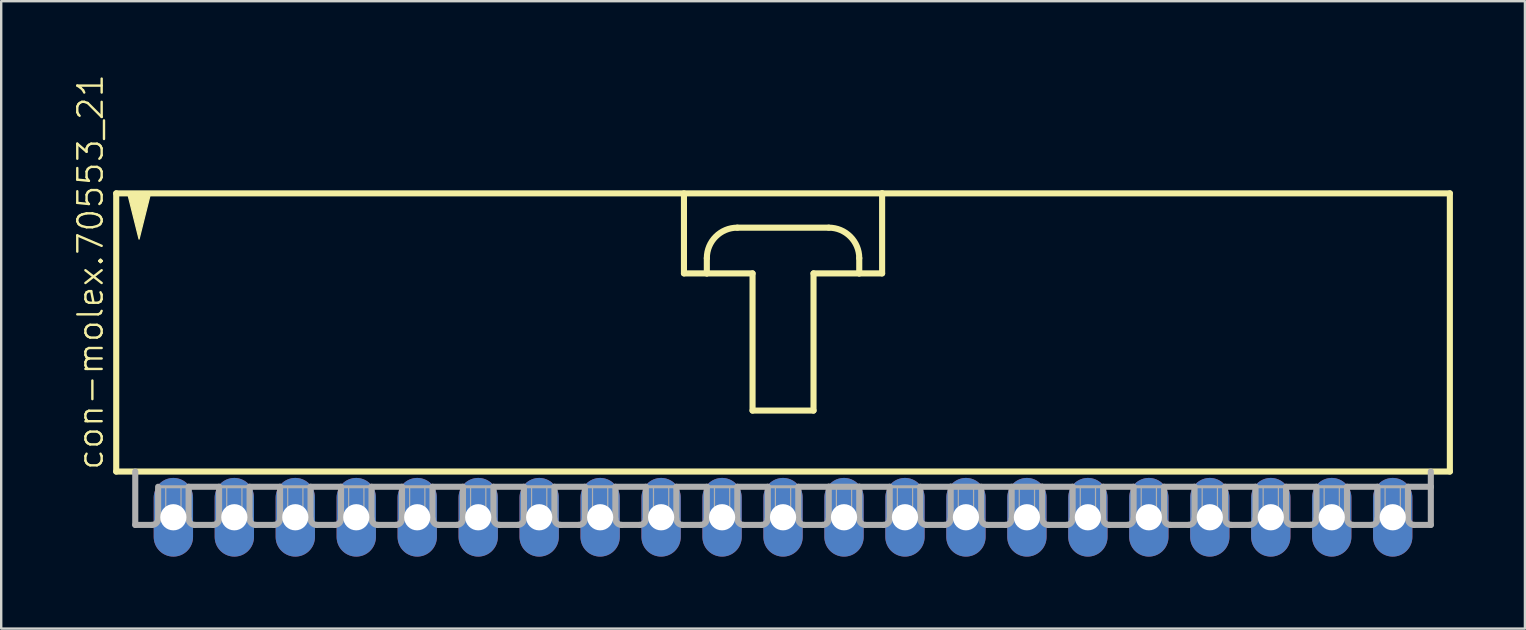
<source format=kicad_pcb>
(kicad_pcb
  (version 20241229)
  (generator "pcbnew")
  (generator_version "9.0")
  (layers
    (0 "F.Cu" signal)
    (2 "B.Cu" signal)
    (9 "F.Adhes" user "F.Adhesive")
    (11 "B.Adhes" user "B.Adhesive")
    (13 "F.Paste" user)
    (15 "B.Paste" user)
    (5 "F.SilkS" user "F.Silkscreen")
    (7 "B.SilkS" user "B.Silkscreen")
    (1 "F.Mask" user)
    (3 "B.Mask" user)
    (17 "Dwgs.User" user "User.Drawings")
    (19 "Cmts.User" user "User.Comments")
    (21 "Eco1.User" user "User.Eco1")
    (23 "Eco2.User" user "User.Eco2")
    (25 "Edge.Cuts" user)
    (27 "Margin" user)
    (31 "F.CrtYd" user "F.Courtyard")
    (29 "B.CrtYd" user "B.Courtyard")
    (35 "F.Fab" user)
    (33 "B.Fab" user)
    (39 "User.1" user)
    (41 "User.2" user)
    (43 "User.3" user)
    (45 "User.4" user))
  (footprint "con-molex.70553_21"
    (layer "F.Cu")
    (at 29.573 10.88)
    (property "Reference" "con-molex.70553_21" (at -28.258 5.715 90) (layer "F.SilkS") (effects (font (size 1.016 1.016) (thickness 0.1)) (justify left bottom)))
    (attr through_hole)
    (fp_line (start -27.781 -5.874) (end -27.781 5.715) (stroke (width 0.254) (type default)) (layer "F.SilkS"))
    (fp_line (start -27.781 5.715) (end 27.781 5.715) (stroke (width 0.254) (type default)) (layer "F.SilkS"))
    (fp_line (start -4.128 -5.874) (end -4.128 -2.54) (stroke (width 0.254) (type default)) (layer "F.SilkS"))
    (fp_line (start -4.128 -2.54) (end -3.175 -2.54) (stroke (width 0.254) (type default)) (layer "F.SilkS"))
    (fp_line (start -3.175 -2.54) (end -3.175 -3.175) (stroke (width 0.254) (type default)) (layer "F.SilkS"))
    (fp_line (start -3.175 -2.54) (end -1.27 -2.54) (stroke (width 0.254) (type default)) (layer "F.SilkS"))
    (fp_line (start -1.905 -4.445) (end 1.905 -4.445) (stroke (width 0.254) (type default)) (layer "F.SilkS"))
    (fp_line (start -1.27 -2.54) (end -1.27 3.175) (stroke (width 0.254) (type default)) (layer "F.SilkS"))
    (fp_line (start -1.27 3.175) (end 1.27 3.175) (stroke (width 0.254) (type default)) (layer "F.SilkS"))
    (fp_line (start 1.27 -2.54) (end 3.175 -2.54) (stroke (width 0.254) (type default)) (layer "F.SilkS"))
    (fp_line (start 1.27 3.175) (end 1.27 -2.54) (stroke (width 0.254) (type default)) (layer "F.SilkS"))
    (fp_line (start 3.175 -3.175) (end 3.175 -2.54) (stroke (width 0.254) (type default)) (layer "F.SilkS"))
    (fp_line (start 3.175 -2.54) (end 4.128 -2.54) (stroke (width 0.254) (type default)) (layer "F.SilkS"))
    (fp_line (start 4.128 -5.874) (end -27.781 -5.874) (stroke (width 0.254) (type default)) (layer "F.SilkS"))
    (fp_line (start 4.128 -2.54) (end 4.128 -5.874) (stroke (width 0.254) (type default)) (layer "F.SilkS"))
    (fp_line (start 27.781 -5.874) (end 4.128 -5.874) (stroke (width 0.254) (type default)) (layer "F.SilkS"))
    (fp_line (start 27.781 5.715) (end 27.781 -5.874) (stroke (width 0.254) (type default)) (layer "F.SilkS"))
    (fp_arc (start -3.175 -3.175) (mid -2.803026 -4.073026) (end -1.905 -4.445) (stroke (width 0.254) (type default)) (layer "F.SilkS"))
    (fp_arc (start 1.905 -4.445) (mid 2.803026 -4.073026) (end 3.175 -3.175) (stroke (width 0.254) (type default)) (layer "F.SilkS"))
    (fp_poly (pts (xy -27.305 -5.874) (xy -26.829 -3.969) (xy -26.352 -5.874)) (stroke (width 0.051) (type default)) (fill yes) (layer "F.SilkS"))
    (fp_line (start -26.988 5.715) (end -26.988 7.938) (stroke (width 0.254) (type default)) (layer "F.Fab"))
    (fp_line (start -26.289 7.938) (end -26.988 7.938) (stroke (width 0.254) (type default)) (layer "F.Fab"))
    (fp_line (start -26.035 6.35) (end -26.035 7.684) (stroke (width 0.254) (type default)) (layer "F.Fab"))
    (fp_line (start -26.035 6.35) (end -24.765 6.35) (stroke (width 0.127) (type default)) (layer "F.Fab"))
    (fp_line (start -24.765 6.35) (end -24.765 7.684) (stroke (width 0.254) (type default)) (layer "F.Fab"))
    (fp_line (start -24.765 6.35) (end -23.495 6.35) (stroke (width 0.254) (type default)) (layer "F.Fab"))
    (fp_line (start -23.749 7.938) (end -24.511 7.938) (stroke (width 0.254) (type default)) (layer "F.Fab"))
    (fp_line (start -23.495 6.35) (end -23.495 7.684) (stroke (width 0.254) (type default)) (layer "F.Fab"))
    (fp_line (start -23.495 6.35) (end -22.225 6.35) (stroke (width 0.127) (type default)) (layer "F.Fab"))
    (fp_line (start -22.225 6.35) (end -22.225 7.684) (stroke (width 0.254) (type default)) (layer "F.Fab"))
    (fp_line (start -22.225 6.35) (end -20.955 6.35) (stroke (width 0.254) (type default)) (layer "F.Fab"))
    (fp_line (start -21.209 7.938) (end -21.971 7.938) (stroke (width 0.254) (type default)) (layer "F.Fab"))
    (fp_line (start -20.955 6.35) (end -20.955 7.684) (stroke (width 0.254) (type default)) (layer "F.Fab"))
    (fp_line (start -20.955 6.35) (end -19.685 6.35) (stroke (width 0.127) (type default)) (layer "F.Fab"))
    (fp_line (start -19.685 6.35) (end -19.685 7.684) (stroke (width 0.254) (type default)) (layer "F.Fab"))
    (fp_line (start -19.685 6.35) (end -18.415 6.35) (stroke (width 0.254) (type default)) (layer "F.Fab"))
    (fp_line (start -18.669 7.938) (end -19.431 7.938) (stroke (width 0.254) (type default)) (layer "F.Fab"))
    (fp_line (start -18.415 6.35) (end -18.415 7.684) (stroke (width 0.254) (type default)) (layer "F.Fab"))
    (fp_line (start -18.415 6.35) (end -17.145 6.35) (stroke (width 0.127) (type default)) (layer "F.Fab"))
    (fp_line (start -17.145 6.35) (end -17.145 7.684) (stroke (width 0.254) (type default)) (layer "F.Fab"))
    (fp_line (start -17.145 6.35) (end -15.875 6.35) (stroke (width 0.254) (type default)) (layer "F.Fab"))
    (fp_line (start -16.129 7.938) (end -16.891 7.938) (stroke (width 0.254) (type default)) (layer "F.Fab"))
    (fp_line (start -15.875 6.35) (end -15.875 7.684) (stroke (width 0.254) (type default)) (layer "F.Fab"))
    (fp_line (start -15.875 6.35) (end -14.605 6.35) (stroke (width 0.127) (type default)) (layer "F.Fab"))
    (fp_line (start -14.605 6.35) (end -14.605 7.684) (stroke (width 0.254) (type default)) (layer "F.Fab"))
    (fp_line (start -14.605 6.35) (end -13.335 6.35) (stroke (width 0.254) (type default)) (layer "F.Fab"))
    (fp_line (start -13.589 7.938) (end -14.351 7.938) (stroke (width 0.254) (type default)) (layer "F.Fab"))
    (fp_line (start -13.335 6.35) (end -13.335 7.684) (stroke (width 0.254) (type default)) (layer "F.Fab"))
    (fp_line (start -13.335 6.35) (end -12.065 6.35) (stroke (width 0.127) (type default)) (layer "F.Fab"))
    (fp_line (start -12.065 6.35) (end -12.065 7.684) (stroke (width 0.254) (type default)) (layer "F.Fab"))
    (fp_line (start -12.065 6.35) (end -10.795 6.35) (stroke (width 0.254) (type default)) (layer "F.Fab"))
    (fp_line (start -11.049 7.938) (end -11.811 7.938) (stroke (width 0.254) (type default)) (layer "F.Fab"))
    (fp_line (start -10.795 6.35) (end -10.795 7.684) (stroke (width 0.254) (type default)) (layer "F.Fab"))
    (fp_line (start -10.795 6.35) (end -9.525 6.35) (stroke (width 0.127) (type default)) (layer "F.Fab"))
    (fp_line (start -9.525 6.35) (end -9.525 7.684) (stroke (width 0.254) (type default)) (layer "F.Fab"))
    (fp_line (start -9.525 6.35) (end -8.255 6.35) (stroke (width 0.254) (type default)) (layer "F.Fab"))
    (fp_line (start -8.509 7.938) (end -9.271 7.938) (stroke (width 0.254) (type default)) (layer "F.Fab"))
    (fp_line (start -8.255 6.35) (end -8.255 7.684) (stroke (width 0.254) (type default)) (layer "F.Fab"))
    (fp_line (start -8.255 6.35) (end -6.985 6.35) (stroke (width 0.127) (type default)) (layer "F.Fab"))
    (fp_line (start -6.985 6.35) (end -6.985 7.684) (stroke (width 0.254) (type default)) (layer "F.Fab"))
    (fp_line (start -6.985 6.35) (end -5.715 6.35) (stroke (width 0.254) (type default)) (layer "F.Fab"))
    (fp_line (start -5.969 7.938) (end -6.731 7.938) (stroke (width 0.254) (type default)) (layer "F.Fab"))
    (fp_line (start -5.715 6.35) (end -5.715 7.684) (stroke (width 0.254) (type default)) (layer "F.Fab"))
    (fp_line (start -5.715 6.35) (end -4.445 6.35) (stroke (width 0.127) (type default)) (layer "F.Fab"))
    (fp_line (start -4.445 6.35) (end -4.445 7.684) (stroke (width 0.254) (type default)) (layer "F.Fab"))
    (fp_line (start -4.445 6.35) (end -3.175 6.35) (stroke (width 0.254) (type default)) (layer "F.Fab"))
    (fp_line (start -3.429 7.938) (end -4.191 7.938) (stroke (width 0.254) (type default)) (layer "F.Fab"))
    (fp_line (start -3.175 6.35) (end -3.175 7.684) (stroke (width 0.254) (type default)) (layer "F.Fab"))
    (fp_line (start -3.175 6.35) (end -1.905 6.35) (stroke (width 0.127) (type default)) (layer "F.Fab"))
    (fp_line (start -1.905 6.35) (end -1.905 7.684) (stroke (width 0.254) (type default)) (layer "F.Fab"))
    (fp_line (start -1.905 6.35) (end -0.635 6.35) (stroke (width 0.254) (type default)) (layer "F.Fab"))
    (fp_line (start -0.889 7.938) (end -1.651 7.938) (stroke (width 0.254) (type default)) (layer "F.Fab"))
    (fp_line (start -0.635 6.35) (end -0.635 7.684) (stroke (width 0.254) (type default)) (layer "F.Fab"))
    (fp_line (start -0.635 6.35) (end 0.635 6.35) (stroke (width 0.127) (type default)) (layer "F.Fab"))
    (fp_line (start 0.635 6.35) (end 0.635 7.684) (stroke (width 0.254) (type default)) (layer "F.Fab"))
    (fp_line (start 0.635 6.35) (end 1.905 6.35) (stroke (width 0.254) (type default)) (layer "F.Fab"))
    (fp_line (start 1.651 7.938) (end 0.889 7.938) (stroke (width 0.254) (type default)) (layer "F.Fab"))
    (fp_line (start 1.905 6.35) (end 1.905 7.684) (stroke (width 0.254) (type default)) (layer "F.Fab"))
    (fp_line (start 1.905 6.35) (end 3.175 6.35) (stroke (width 0.254) (type default)) (layer "F.Fab"))
    (fp_line (start 3.175 6.35) (end 3.175 7.684) (stroke (width 0.254) (type default)) (layer "F.Fab"))
    (fp_line (start 3.175 6.35) (end 4.445 6.35) (stroke (width 0.254) (type default)) (layer "F.Fab"))
    (fp_line (start 4.191 7.938) (end 3.429 7.938) (stroke (width 0.254) (type default)) (layer "F.Fab"))
    (fp_line (start 4.445 6.35) (end 4.445 7.684) (stroke (width 0.254) (type default)) (layer "F.Fab"))
    (fp_line (start 4.445 6.35) (end 5.715 6.35) (stroke (width 0.127) (type default)) (layer "F.Fab"))
    (fp_line (start 5.715 6.35) (end 5.715 7.684) (stroke (width 0.254) (type default)) (layer "F.Fab"))
    (fp_line (start 5.715 6.35) (end 6.985 6.35) (stroke (width 0.254) (type default)) (layer "F.Fab"))
    (fp_line (start 6.731 7.938) (end 5.969 7.938) (stroke (width 0.254) (type default)) (layer "F.Fab"))
    (fp_line (start 6.985 6.35) (end 6.985 7.684) (stroke (width 0.254) (type default)) (layer "F.Fab"))
    (fp_line (start 6.985 6.35) (end 10.795 6.35) (stroke (width 0.254) (type default)) (layer "F.Fab"))
    (fp_line (start 8.255 6.35) (end 8.255 7.684) (stroke (width 0.254) (type default)) (layer "F.Fab"))
    (fp_line (start 9.271 7.938) (end 8.509 7.938) (stroke (width 0.254) (type default)) (layer "F.Fab"))
    (fp_line (start 9.525 6.35) (end 9.525 7.684) (stroke (width 0.254) (type default)) (layer "F.Fab"))
    (fp_line (start 10.795 6.35) (end 10.795 7.684) (stroke (width 0.254) (type default)) (layer "F.Fab"))
    (fp_line (start 10.795 6.35) (end 12.065 6.35) (stroke (width 0.254) (type default)) (layer "F.Fab"))
    (fp_line (start 11.049 7.938) (end 11.811 7.938) (stroke (width 0.254) (type default)) (layer "F.Fab"))
    (fp_line (start 12.065 6.35) (end 13.335 6.35) (stroke (width 0.127) (type default)) (layer "F.Fab"))
    (fp_line (start 12.065 7.684) (end 12.065 6.35) (stroke (width 0.254) (type default)) (layer "F.Fab"))
    (fp_line (start 13.335 6.35) (end 13.335 7.684) (stroke (width 0.254) (type default)) (layer "F.Fab"))
    (fp_line (start 13.335 6.35) (end 14.605 6.35) (stroke (width 0.254) (type default)) (layer "F.Fab"))
    (fp_line (start 13.589 7.938) (end 14.351 7.938) (stroke (width 0.254) (type default)) (layer "F.Fab"))
    (fp_line (start 14.605 6.35) (end 15.875 6.35) (stroke (width 0.127) (type default)) (layer "F.Fab"))
    (fp_line (start 14.605 7.684) (end 14.605 6.35) (stroke (width 0.254) (type default)) (layer "F.Fab"))
    (fp_line (start 15.875 6.35) (end 15.875 7.684) (stroke (width 0.254) (type default)) (layer "F.Fab"))
    (fp_line (start 15.875 6.35) (end 17.145 6.35) (stroke (width 0.254) (type default)) (layer "F.Fab"))
    (fp_line (start 16.129 7.938) (end 16.891 7.938) (stroke (width 0.254) (type default)) (layer "F.Fab"))
    (fp_line (start 17.145 6.35) (end 18.415 6.35) (stroke (width 0.127) (type default)) (layer "F.Fab"))
    (fp_line (start 17.145 7.684) (end 17.145 6.35) (stroke (width 0.254) (type default)) (layer "F.Fab"))
    (fp_line (start 18.415 6.35) (end 18.415 7.684) (stroke (width 0.254) (type default)) (layer "F.Fab"))
    (fp_line (start 18.415 6.35) (end 19.685 6.35) (stroke (width 0.254) (type default)) (layer "F.Fab"))
    (fp_line (start 18.669 7.938) (end 19.431 7.938) (stroke (width 0.254) (type default)) (layer "F.Fab"))
    (fp_line (start 19.685 6.35) (end 20.955 6.35) (stroke (width 0.127) (type default)) (layer "F.Fab"))
    (fp_line (start 19.685 7.684) (end 19.685 6.35) (stroke (width 0.254) (type default)) (layer "F.Fab"))
    (fp_line (start 20.955 6.35) (end 20.955 7.684) (stroke (width 0.254) (type default)) (layer "F.Fab"))
    (fp_line (start 20.955 6.35) (end 22.225 6.35) (stroke (width 0.254) (type default)) (layer "F.Fab"))
    (fp_line (start 21.209 7.938) (end 21.971 7.938) (stroke (width 0.254) (type default)) (layer "F.Fab"))
    (fp_line (start 22.225 6.35) (end 23.495 6.35) (stroke (width 0.127) (type default)) (layer "F.Fab"))
    (fp_line (start 22.225 7.684) (end 22.225 6.35) (stroke (width 0.254) (type default)) (layer "F.Fab"))
    (fp_line (start 23.495 6.35) (end 23.495 7.684) (stroke (width 0.254) (type default)) (layer "F.Fab"))
    (fp_line (start 23.495 6.35) (end 24.765 6.35) (stroke (width 0.254) (type default)) (layer "F.Fab"))
    (fp_line (start 23.749 7.938) (end 24.511 7.938) (stroke (width 0.254) (type default)) (layer "F.Fab"))
    (fp_line (start 24.765 6.35) (end 26.035 6.35) (stroke (width 0.127) (type default)) (layer "F.Fab"))
    (fp_line (start 24.765 7.684) (end 24.765 6.35) (stroke (width 0.254) (type default)) (layer "F.Fab"))
    (fp_line (start 26.035 6.35) (end 26.035 7.684) (stroke (width 0.254) (type default)) (layer "F.Fab"))
    (fp_line (start 26.035 6.35) (end 26.988 6.35) (stroke (width 0.254) (type default)) (layer "F.Fab"))
    (fp_line (start 26.289 7.938) (end 26.988 7.938) (stroke (width 0.254) (type default)) (layer "F.Fab"))
    (fp_line (start 26.988 6.35) (end 26.988 5.715) (stroke (width 0.254) (type default)) (layer "F.Fab"))
    (fp_line (start 26.988 7.938) (end 26.988 6.35) (stroke (width 0.254) (type default)) (layer "F.Fab"))
    (fp_rect (start -25.718 7.62) (end -25.082 6.35) (stroke (width 0.05) (type default)) (fill no) (layer "F.Fab"))
    (fp_rect (start -23.177 7.62) (end -22.543 6.35) (stroke (width 0.05) (type default)) (fill no) (layer "F.Fab"))
    (fp_rect (start -20.637 7.62) (end -20.003 6.35) (stroke (width 0.05) (type default)) (fill no) (layer "F.Fab"))
    (fp_rect (start -18.098 7.62) (end -17.462 6.35) (stroke (width 0.05) (type default)) (fill no) (layer "F.Fab"))
    (fp_rect (start -15.557 7.62) (end -14.922 6.35) (stroke (width 0.05) (type default)) (fill no) (layer "F.Fab"))
    (fp_rect (start -13.018 7.62) (end -12.383 6.35) (stroke (width 0.05) (type default)) (fill no) (layer "F.Fab"))
    (fp_rect (start -10.477 7.62) (end -9.842 6.35) (stroke (width 0.05) (type default)) (fill no) (layer "F.Fab"))
    (fp_rect (start -7.938 7.62) (end -7.303 6.35) (stroke (width 0.05) (type default)) (fill no) (layer "F.Fab"))
    (fp_rect (start -5.397 7.62) (end -4.763 6.35) (stroke (width 0.05) (type default)) (fill no) (layer "F.Fab"))
    (fp_rect (start -2.857 7.62) (end -2.223 6.35) (stroke (width 0.05) (type default)) (fill no) (layer "F.Fab"))
    (fp_rect (start -0.318 7.62) (end 0.318 6.35) (stroke (width 0.05) (type default)) (fill no) (layer "F.Fab"))
    (fp_rect (start 2.223 7.62) (end 2.857 6.35) (stroke (width 0.05) (type default)) (fill no) (layer "F.Fab"))
    (fp_rect (start 4.763 7.62) (end 5.397 6.35) (stroke (width 0.05) (type default)) (fill no) (layer "F.Fab"))
    (fp_rect (start 7.303 7.62) (end 7.938 6.35) (stroke (width 0.05) (type default)) (fill no) (layer "F.Fab"))
    (fp_rect (start 9.842 7.62) (end 10.477 6.35) (stroke (width 0.05) (type default)) (fill no) (layer "F.Fab"))
    (fp_rect (start 12.383 7.62) (end 13.018 6.35) (stroke (width 0.05) (type default)) (fill no) (layer "F.Fab"))
    (fp_rect (start 14.922 7.62) (end 15.557 6.35) (stroke (width 0.05) (type default)) (fill no) (layer "F.Fab"))
    (fp_rect (start 17.462 7.62) (end 18.098 6.35) (stroke (width 0.05) (type default)) (fill no) (layer "F.Fab"))
    (fp_rect (start 20.003 7.62) (end 20.637 6.35) (stroke (width 0.05) (type default)) (fill no) (layer "F.Fab"))
    (fp_rect (start 22.543 7.62) (end 23.177 6.35) (stroke (width 0.05) (type default)) (fill no) (layer "F.Fab"))
    (fp_rect (start 25.082 7.62) (end 25.718 6.35) (stroke (width 0.05) (type default)) (fill no) (layer "F.Fab"))
    (fp_arc (start -26.035 7.6835) (mid -26.109395 7.863105) (end -26.289 7.9375) (stroke (width 0.254) (type default)) (layer "F.Fab"))
    (fp_arc (start -24.511 7.9375) (mid -24.690605 7.863105) (end -24.765 7.6835) (stroke (width 0.254) (type default)) (layer "F.Fab"))
    (fp_arc (start -23.495 7.6835) (mid -23.569395 7.863105) (end -23.749 7.9375) (stroke (width 0.254) (type default)) (layer "F.Fab"))
    (fp_arc (start -21.971 7.9375) (mid -22.150605 7.863105) (end -22.225 7.6835) (stroke (width 0.254) (type default)) (layer "F.Fab"))
    (fp_arc (start -20.955 7.6835) (mid -21.029395 7.863105) (end -21.209 7.9375) (stroke (width 0.254) (type default)) (layer "F.Fab"))
    (fp_arc (start -19.431 7.9375) (mid -19.610605 7.863105) (end -19.685 7.6835) (stroke (width 0.254) (type default)) (layer "F.Fab"))
    (fp_arc (start -18.415 7.6835) (mid -18.489395 7.863105) (end -18.669 7.9375) (stroke (width 0.254) (type default)) (layer "F.Fab"))
    (fp_arc (start -16.891 7.9375) (mid -17.070605 7.863105) (end -17.145 7.6835) (stroke (width 0.254) (type default)) (layer "F.Fab"))
    (fp_arc (start -15.875 7.6835) (mid -15.949395 7.863105) (end -16.129 7.9375) (stroke (width 0.254) (type default)) (layer "F.Fab"))
    (fp_arc (start -14.351 7.9375) (mid -14.530605 7.863105) (end -14.605 7.6835) (stroke (width 0.254) (type default)) (layer "F.Fab"))
    (fp_arc (start -13.335 7.6835) (mid -13.409395 7.863105) (end -13.589 7.9375) (stroke (width 0.254) (type default)) (layer "F.Fab"))
    (fp_arc (start -11.811 7.9375) (mid -11.990605 7.863105) (end -12.065 7.6835) (stroke (width 0.254) (type default)) (layer "F.Fab"))
    (fp_arc (start -10.795 7.6835) (mid -10.869395 7.863105) (end -11.049 7.9375) (stroke (width 0.254) (type default)) (layer "F.Fab"))
    (fp_arc (start -9.271 7.9375) (mid -9.450605 7.863105) (end -9.525 7.6835) (stroke (width 0.254) (type default)) (layer "F.Fab"))
    (fp_arc (start -8.255 7.6835) (mid -8.329395 7.863105) (end -8.509 7.9375) (stroke (width 0.254) (type default)) (layer "F.Fab"))
    (fp_arc (start -6.731 7.9375) (mid -6.910605 7.863105) (end -6.985 7.6835) (stroke (width 0.254) (type default)) (layer "F.Fab"))
    (fp_arc (start -5.715 7.6835) (mid -5.789395 7.863105) (end -5.969 7.9375) (stroke (width 0.254) (type default)) (layer "F.Fab"))
    (fp_arc (start -4.191 7.9375) (mid -4.370605 7.863105) (end -4.445 7.6835) (stroke (width 0.254) (type default)) (layer "F.Fab"))
    (fp_arc (start -3.175 7.6835) (mid -3.249395 7.863105) (end -3.429 7.9375) (stroke (width 0.254) (type default)) (layer "F.Fab"))
    (fp_arc (start -1.651 7.9375) (mid -1.830605 7.863105) (end -1.905 7.6835) (stroke (width 0.254) (type default)) (layer "F.Fab"))
    (fp_arc (start -0.635 7.6835) (mid -0.709395 7.863105) (end -0.889 7.9375) (stroke (width 0.254) (type default)) (layer "F.Fab"))
    (fp_arc (start 0.889 7.9375) (mid 0.709395 7.863105) (end 0.635 7.6835) (stroke (width 0.254) (type default)) (layer "F.Fab"))
    (fp_arc (start 1.905 7.6835) (mid 1.830605 7.863105) (end 1.651 7.9375) (stroke (width 0.254) (type default)) (layer "F.Fab"))
    (fp_arc (start 3.429 7.9375) (mid 3.249395 7.863105) (end 3.175 7.6835) (stroke (width 0.254) (type default)) (layer "F.Fab"))
    (fp_arc (start 4.445 7.6835) (mid 4.370605 7.863105) (end 4.191 7.9375) (stroke (width 0.254) (type default)) (layer "F.Fab"))
    (fp_arc (start 5.969 7.9375) (mid 5.789395 7.863105) (end 5.715 7.6835) (stroke (width 0.254) (type default)) (layer "F.Fab"))
    (fp_arc (start 6.985 7.6835) (mid 6.910605 7.863105) (end 6.731 7.9375) (stroke (width 0.254) (type default)) (layer "F.Fab"))
    (fp_arc (start 8.509 7.9375) (mid 8.329395 7.863105) (end 8.255 7.6835) (stroke (width 0.254) (type default)) (layer "F.Fab"))
    (fp_arc (start 9.525 7.6835) (mid 9.450605 7.863105) (end 9.271 7.9375) (stroke (width 0.254) (type default)) (layer "F.Fab"))
    (fp_arc (start 11.049 7.9375) (mid 10.869395 7.863105) (end 10.795 7.6835) (stroke (width 0.254) (type default)) (layer "F.Fab"))
    (fp_arc (start 12.065 7.6835) (mid 11.990605 7.863105) (end 11.811 7.9375) (stroke (width 0.254) (type default)) (layer "F.Fab"))
    (fp_arc (start 13.589 7.9375) (mid 13.409395 7.863105) (end 13.335 7.6835) (stroke (width 0.254) (type default)) (layer "F.Fab"))
    (fp_arc (start 14.605 7.6835) (mid 14.530605 7.863105) (end 14.351 7.9375) (stroke (width 0.254) (type default)) (layer "F.Fab"))
    (fp_arc (start 16.129 7.9375) (mid 15.949395 7.863105) (end 15.875 7.6835) (stroke (width 0.254) (type default)) (layer "F.Fab"))
    (fp_arc (start 17.145 7.6835) (mid 17.070605 7.863105) (end 16.891 7.9375) (stroke (width 0.254) (type default)) (layer "F.Fab"))
    (fp_arc (start 18.669 7.9375) (mid 18.489395 7.863105) (end 18.415 7.6835) (stroke (width 0.254) (type default)) (layer "F.Fab"))
    (fp_arc (start 19.685 7.6835) (mid 19.610605 7.863105) (end 19.431 7.9375) (stroke (width 0.254) (type default)) (layer "F.Fab"))
    (fp_arc (start 21.209 7.9375) (mid 21.029395 7.863105) (end 20.955 7.6835) (stroke (width 0.254) (type default)) (layer "F.Fab"))
    (fp_arc (start 22.225 7.6835) (mid 22.150605 7.863105) (end 21.971 7.9375) (stroke (width 0.254) (type default)) (layer "F.Fab"))
    (fp_arc (start 23.749 7.9375) (mid 23.569395 7.863105) (end 23.495 7.6835) (stroke (width 0.254) (type default)) (layer "F.Fab"))
    (fp_arc (start 24.765 7.6835) (mid 24.690605 7.863105) (end 24.511 7.9375) (stroke (width 0.254) (type default)) (layer "F.Fab"))
    (fp_arc (start 26.289 7.9375) (mid 26.109395 7.863105) (end 26.035 7.6835) (stroke (width 0.254) (type default)) (layer "F.Fab"))
    (pad "1" thru_hole oval (at -25.4 7.62 90) (size 3.277 1.638) (drill 1.092) (layers "*.Cu" "*.Mask"))
    (pad "2" thru_hole oval (at -22.86 7.62 90) (size 3.277 1.638) (drill 1.092) (layers "*.Cu" "*.Mask"))
    (pad "3" thru_hole oval (at -20.32 7.62 90) (size 3.277 1.638) (drill 1.092) (layers "*.Cu" "*.Mask"))
    (pad "4" thru_hole oval (at -17.78 7.62 90) (size 3.277 1.638) (drill 1.092) (layers "*.Cu" "*.Mask"))
    (pad "5" thru_hole oval (at -15.24 7.62 90) (size 3.277 1.638) (drill 1.092) (layers "*.Cu" "*.Mask"))
    (pad "6" thru_hole oval (at -12.7 7.62 90) (size 3.277 1.638) (drill 1.092) (layers "*.Cu" "*.Mask"))
    (pad "7" thru_hole oval (at -10.16 7.62 90) (size 3.277 1.638) (drill 1.092) (layers "*.Cu" "*.Mask"))
    (pad "8" thru_hole oval (at -7.62 7.62 90) (size 3.277 1.638) (drill 1.092) (layers "*.Cu" "*.Mask"))
    (pad "9" thru_hole oval (at -5.08 7.62 90) (size 3.277 1.638) (drill 1.092) (layers "*.Cu" "*.Mask"))
    (pad "10" thru_hole oval (at -2.54 7.62 90) (size 3.277 1.638) (drill 1.092) (layers "*.Cu" "*.Mask"))
    (pad "11" thru_hole oval (at 0 7.62 90) (size 3.277 1.638) (drill 1.092) (layers "*.Cu" "*.Mask"))
    (pad "12" thru_hole oval (at 2.54 7.62 90) (size 3.277 1.638) (drill 1.092) (layers "*.Cu" "*.Mask"))
    (pad "13" thru_hole oval (at 5.08 7.62 90) (size 3.277 1.638) (drill 1.092) (layers "*.Cu" "*.Mask"))
    (pad "14" thru_hole oval (at 7.62 7.62 90) (size 3.277 1.638) (drill 1.092) (layers "*.Cu" "*.Mask"))
    (pad "15" thru_hole oval (at 10.16 7.62 90) (size 3.277 1.638) (drill 1.092) (layers "*.Cu" "*.Mask"))
    (pad "16" thru_hole oval (at 12.7 7.62 90) (size 3.277 1.638) (drill 1.092) (layers "*.Cu" "*.Mask"))
    (pad "17" thru_hole oval (at 15.24 7.62 90) (size 3.277 1.638) (drill 1.092) (layers "*.Cu" "*.Mask"))
    (pad "18" thru_hole oval (at 17.78 7.62 90) (size 3.277 1.638) (drill 1.092) (layers "*.Cu" "*.Mask"))
    (pad "19" thru_hole oval (at 20.32 7.62 90) (size 3.277 1.638) (drill 1.092) (layers "*.Cu" "*.Mask"))
    (pad "20" thru_hole oval (at 22.86 7.62 90) (size 3.277 1.638) (drill 1.092) (layers "*.Cu" "*.Mask"))
    (pad "21" thru_hole oval (at 25.4 7.62 90) (size 3.277 1.638) (drill 1.092) (layers "*.Cu" "*.Mask")))
  (gr_rect
    (start -3 -3)
    (end 60.482 23.138)
    (stroke (width 0.1) (type default))
    (fill no)
    (layer "Edge.Cuts")))
</source>
